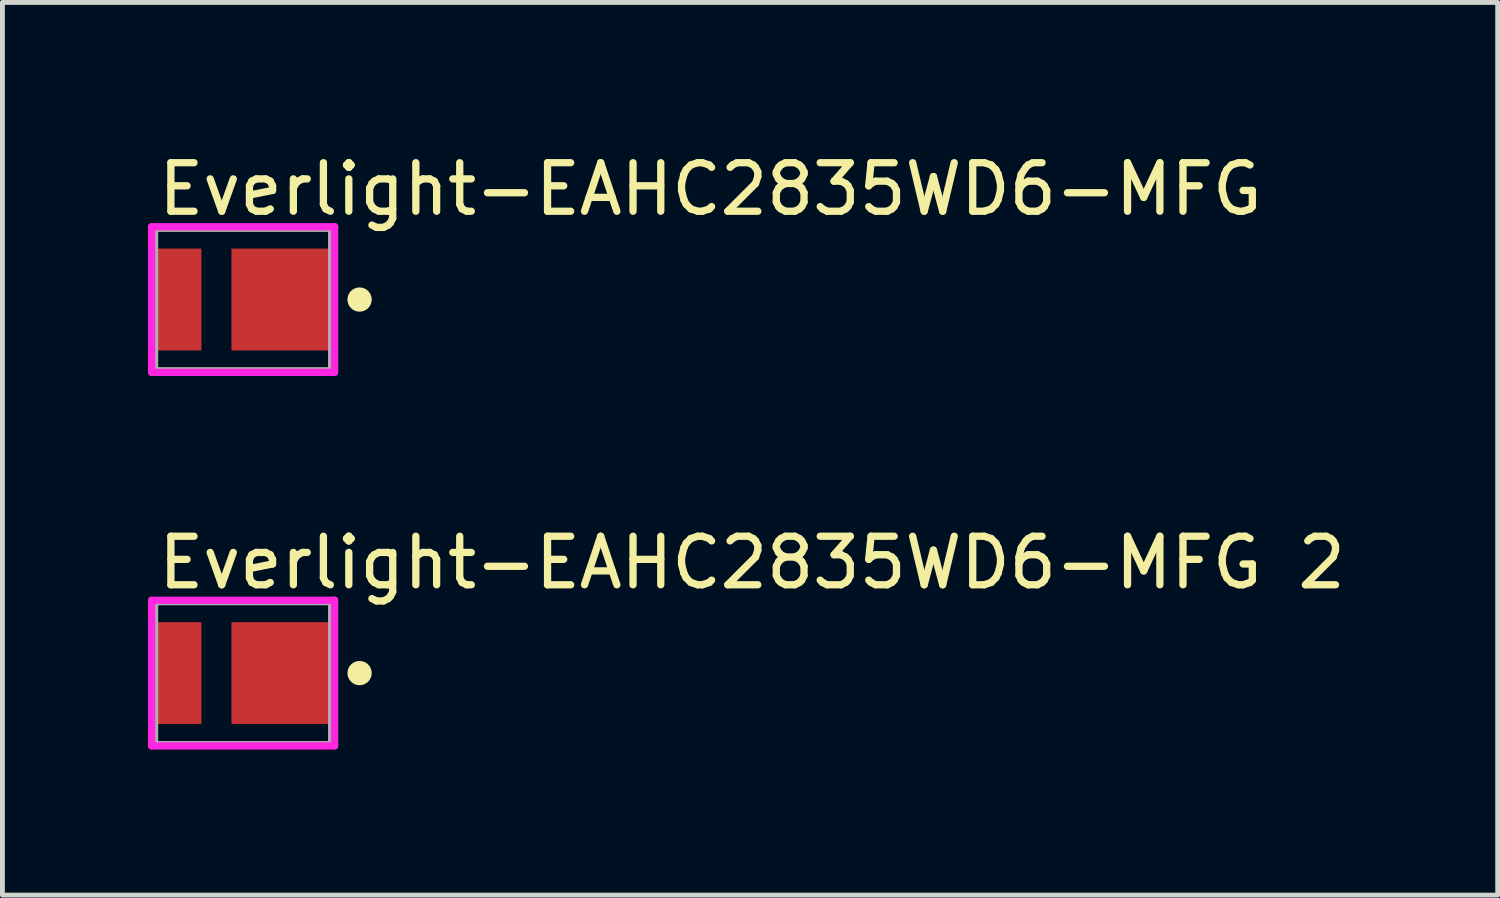
<source format=kicad_pcb>
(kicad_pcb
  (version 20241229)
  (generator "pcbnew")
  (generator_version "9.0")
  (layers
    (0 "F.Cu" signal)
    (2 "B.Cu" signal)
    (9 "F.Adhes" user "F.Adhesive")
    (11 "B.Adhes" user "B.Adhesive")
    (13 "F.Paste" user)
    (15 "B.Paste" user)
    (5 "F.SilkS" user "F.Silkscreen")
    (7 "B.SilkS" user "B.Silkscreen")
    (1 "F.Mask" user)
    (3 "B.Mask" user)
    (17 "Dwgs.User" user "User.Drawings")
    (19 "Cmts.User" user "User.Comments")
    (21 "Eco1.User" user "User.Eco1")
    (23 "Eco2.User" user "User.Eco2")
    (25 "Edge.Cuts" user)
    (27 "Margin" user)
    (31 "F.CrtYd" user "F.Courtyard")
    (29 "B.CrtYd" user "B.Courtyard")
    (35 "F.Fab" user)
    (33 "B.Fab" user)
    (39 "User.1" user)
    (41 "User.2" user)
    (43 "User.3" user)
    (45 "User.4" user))
  (footprint "Everlight-EAHC2835WD6-MFG 2"
    (layer "F.Cu")
    (at 1.96 10.821)
    (property "Reference" "Everlight-EAHC2835WD6-MFG 2" (at -1.825 -2.275 0) (layer "F.SilkS") (effects (font (size 1 1) (thickness 0.15)) (justify left)))
    (attr smd)
    (fp_line (start -1.825 -1.475) (end 1.825 -1.475) (stroke (width 0.15) (type solid)) (layer "F.SilkS"))
    (fp_line (start -1.825 -1.425) (end -1.825 -1.475) (stroke (width 0.15) (type solid)) (layer "F.SilkS"))
    (fp_line (start -1.825 1.475) (end -1.825 1.425) (stroke (width 0.15) (type solid)) (layer "F.SilkS"))
    (fp_line (start -1.825 1.475) (end 1.825 1.475) (stroke (width 0.15) (type solid)) (layer "F.SilkS"))
    (fp_line (start 1.825 -1.425) (end 1.825 -1.475) (stroke (width 0.15) (type solid)) (layer "F.SilkS"))
    (fp_line (start 1.825 1.475) (end 1.825 1.425) (stroke (width 0.15) (type solid)) (layer "F.SilkS"))
    (fp_circle (center 2.4 0) (end 2.525 0) (stroke (width 0.25) (type solid)) (fill no) (layer "F.SilkS"))
    (fp_line (start -1.885 -1.5) (end -1.885 1.5) (stroke (width 0.15) (type solid)) (layer "F.CrtYd"))
    (fp_line (start -1.885 1.5) (end 1.885 1.5) (stroke (width 0.15) (type solid)) (layer "F.CrtYd"))
    (fp_line (start 1.885 -1.5) (end -1.885 -1.5) (stroke (width 0.15) (type solid)) (layer "F.CrtYd"))
    (fp_line (start 1.885 -1.5) (end 1.885 -1.5) (stroke (width 0.15) (type solid)) (layer "F.CrtYd"))
    (fp_line (start 1.885 1.5) (end 1.885 -1.5) (stroke (width 0.15) (type solid)) (layer "F.CrtYd"))
    (fp_line (start -1.825 -1.475) (end 1.825 -1.475) (stroke (width 0.15) (type solid)) (layer "F.Fab"))
    (fp_line (start -1.825 1.475) (end -1.825 -1.475) (stroke (width 0.15) (type solid)) (layer "F.Fab"))
    (fp_line (start 1.825 -1.475) (end 1.825 1.475) (stroke (width 0.15) (type solid)) (layer "F.Fab"))
    (fp_line (start 1.825 1.475) (end -1.825 1.475) (stroke (width 0.15) (type solid)) (layer "F.Fab"))
    (pad "1" smd rect (at 0.81 0) (size 2.1 2.1) (layers "F.Cu" "F.Mask" "F.Paste"))
    (pad "2" smd rect (at -1.36 0) (size 1 2.1) (layers "F.Cu" "F.Mask" "F.Paste")))
  (footprint "Everlight-EAHC2835WD6-MFG"
    (layer "F.Cu")
    (at 1.96 3.123)
    (property "Reference" "Everlight-EAHC2835WD6-MFG" (at -1.825 -2.275 0) (layer "F.SilkS") (effects (font (size 1 1) (thickness 0.15)) (justify left)))
    (attr smd)
    (fp_line (start -1.825 -1.475) (end 1.825 -1.475) (stroke (width 0.15) (type solid)) (layer "F.SilkS"))
    (fp_line (start -1.825 -1.425) (end -1.825 -1.475) (stroke (width 0.15) (type solid)) (layer "F.SilkS"))
    (fp_line (start -1.825 1.475) (end -1.825 1.425) (stroke (width 0.15) (type solid)) (layer "F.SilkS"))
    (fp_line (start -1.825 1.475) (end 1.825 1.475) (stroke (width 0.15) (type solid)) (layer "F.SilkS"))
    (fp_line (start 1.825 -1.425) (end 1.825 -1.475) (stroke (width 0.15) (type solid)) (layer "F.SilkS"))
    (fp_line (start 1.825 1.475) (end 1.825 1.425) (stroke (width 0.15) (type solid)) (layer "F.SilkS"))
    (fp_circle (center 2.4 0) (end 2.525 0) (stroke (width 0.25) (type solid)) (fill no) (layer "F.SilkS"))
    (fp_line (start -1.885 -1.5) (end -1.885 1.5) (stroke (width 0.15) (type solid)) (layer "F.CrtYd"))
    (fp_line (start -1.885 1.5) (end 1.885 1.5) (stroke (width 0.15) (type solid)) (layer "F.CrtYd"))
    (fp_line (start 1.885 -1.5) (end -1.885 -1.5) (stroke (width 0.15) (type solid)) (layer "F.CrtYd"))
    (fp_line (start 1.885 -1.5) (end 1.885 -1.5) (stroke (width 0.15) (type solid)) (layer "F.CrtYd"))
    (fp_line (start 1.885 1.5) (end 1.885 -1.5) (stroke (width 0.15) (type solid)) (layer "F.CrtYd"))
    (fp_line (start -1.825 -1.475) (end 1.825 -1.475) (stroke (width 0.15) (type solid)) (layer "F.Fab"))
    (fp_line (start -1.825 1.475) (end -1.825 -1.475) (stroke (width 0.15) (type solid)) (layer "F.Fab"))
    (fp_line (start 1.825 -1.475) (end 1.825 1.475) (stroke (width 0.15) (type solid)) (layer "F.Fab"))
    (fp_line (start 1.825 1.475) (end -1.825 1.475) (stroke (width 0.15) (type solid)) (layer "F.Fab"))
    (pad "1" smd rect (at 0.81 0) (size 2.1 2.1) (layers "F.Cu" "F.Mask" "F.Paste"))
    (pad "2" smd rect (at -1.36 0) (size 1 2.1) (layers "F.Cu" "F.Mask" "F.Paste")))
  (gr_rect
    (start -3 -3)
    (end 27.814 15.396)
    (stroke (width 0.1) (type default))
    (fill no)
    (layer "Edge.Cuts")))
</source>
